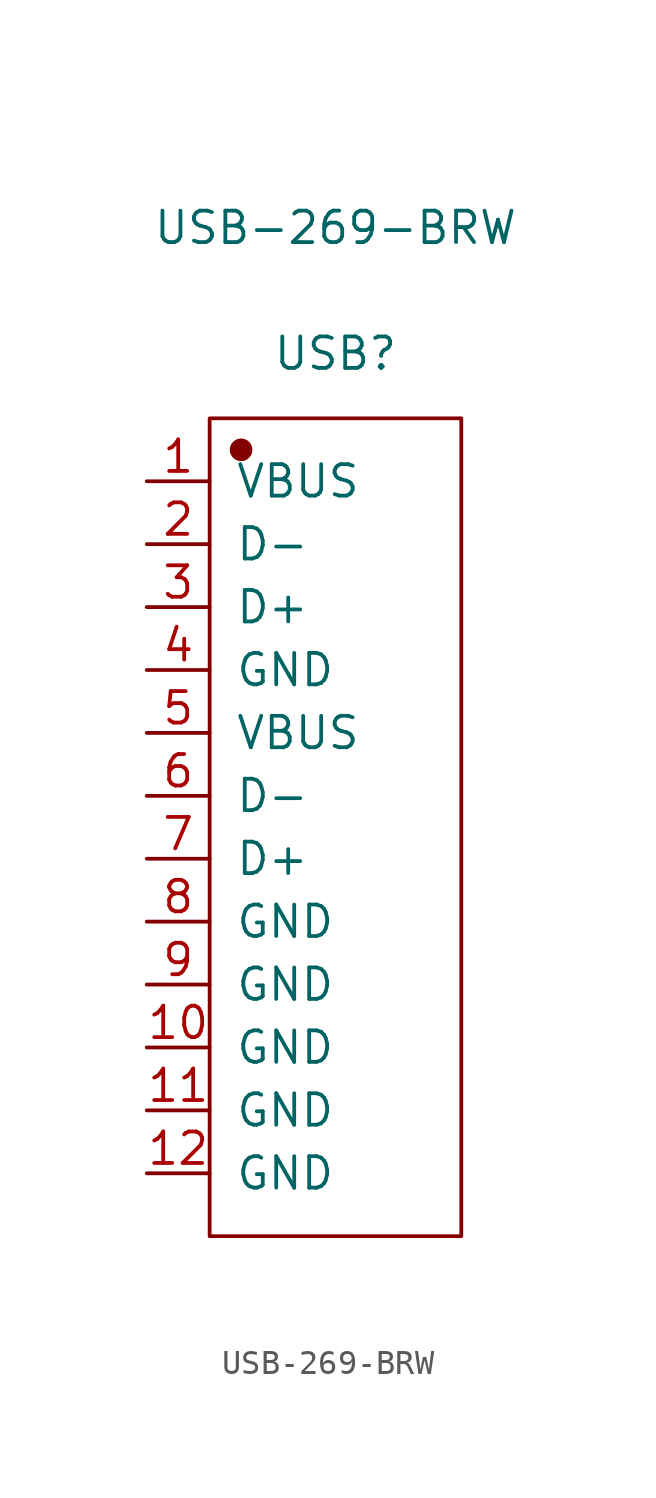
<source format=kicad_sym>
(kicad_symbol_lib
  (version 20220914)
  (generator kicad_symbol_editor)
  (symbol "USB-269-BRW"
    (pin_names
      (offset 1.016))
    (property "Reference" "USB"
      (at 0 19.126 0)
      (effects (font (size 1.27 1.27))))
    (property "Value" "USB-269-BRW"
      (at 0 24.206 0)
      (effects (font (size 1.27 1.27))))
    (symbol "USB-269-BRW_1_1"
      (rectangle (start -5.08 16.51) (end 5.08 -16.51) (stroke (width 0.152) (type solid)) (fill (type none)))
      (circle (center -3.81 15.24) (radius 0.381) (stroke (width 0.152) (type solid)) (fill (type outline)))
      (pin power_in line (at -7.62 13.97 0) (length 2.54) (name "VBUS" (effects (font (size 1.27 1.27)))) (number "1" (effects (font (size 1.27 1.27)))))
      (pin power_in line (at -7.62 -8.89 0) (length 2.54) (name "GND" (effects (font (size 1.27 1.27)))) (number "10" (effects (font (size 1.27 1.27)))))
      (pin power_in line (at -7.62 -11.43 0) (length 2.54) (name "GND" (effects (font (size 1.27 1.27)))) (number "11" (effects (font (size 1.27 1.27)))))
      (pin power_in line (at -7.62 -13.97 0) (length 2.54) (name "GND" (effects (font (size 1.27 1.27)))) (number "12" (effects (font (size 1.27 1.27)))))
      (pin bidirectional line (at -7.62 11.43 0) (length 2.54) (name "D-" (effects (font (size 1.27 1.27)))) (number "2" (effects (font (size 1.27 1.27)))))
      (pin bidirectional line (at -7.62 8.89 0) (length 2.54) (name "D+" (effects (font (size 1.27 1.27)))) (number "3" (effects (font (size 1.27 1.27)))))
      (pin power_in line (at -7.62 6.35 0) (length 2.54) (name "GND" (effects (font (size 1.27 1.27)))) (number "4" (effects (font (size 1.27 1.27)))))
      (pin power_in line (at -7.62 3.81 0) (length 2.54) (name "VBUS" (effects (font (size 1.27 1.27)))) (number "5" (effects (font (size 1.27 1.27)))))
      (pin bidirectional line (at -7.62 1.27 0) (length 2.54) (name "D-" (effects (font (size 1.27 1.27)))) (number "6" (effects (font (size 1.27 1.27)))))
      (pin bidirectional line (at -7.62 -1.27 0) (length 2.54) (name "D+" (effects (font (size 1.27 1.27)))) (number "7" (effects (font (size 1.27 1.27)))))
      (pin power_in line (at -7.62 -3.81 0) (length 2.54) (name "GND" (effects (font (size 1.27 1.27)))) (number "8" (effects (font (size 1.27 1.27)))))
      (pin power_in line (at -7.62 -6.35 0) (length 2.54) (name "GND" (effects (font (size 1.27 1.27)))) (number "9" (effects (font (size 1.27 1.27))))))))
</source>
